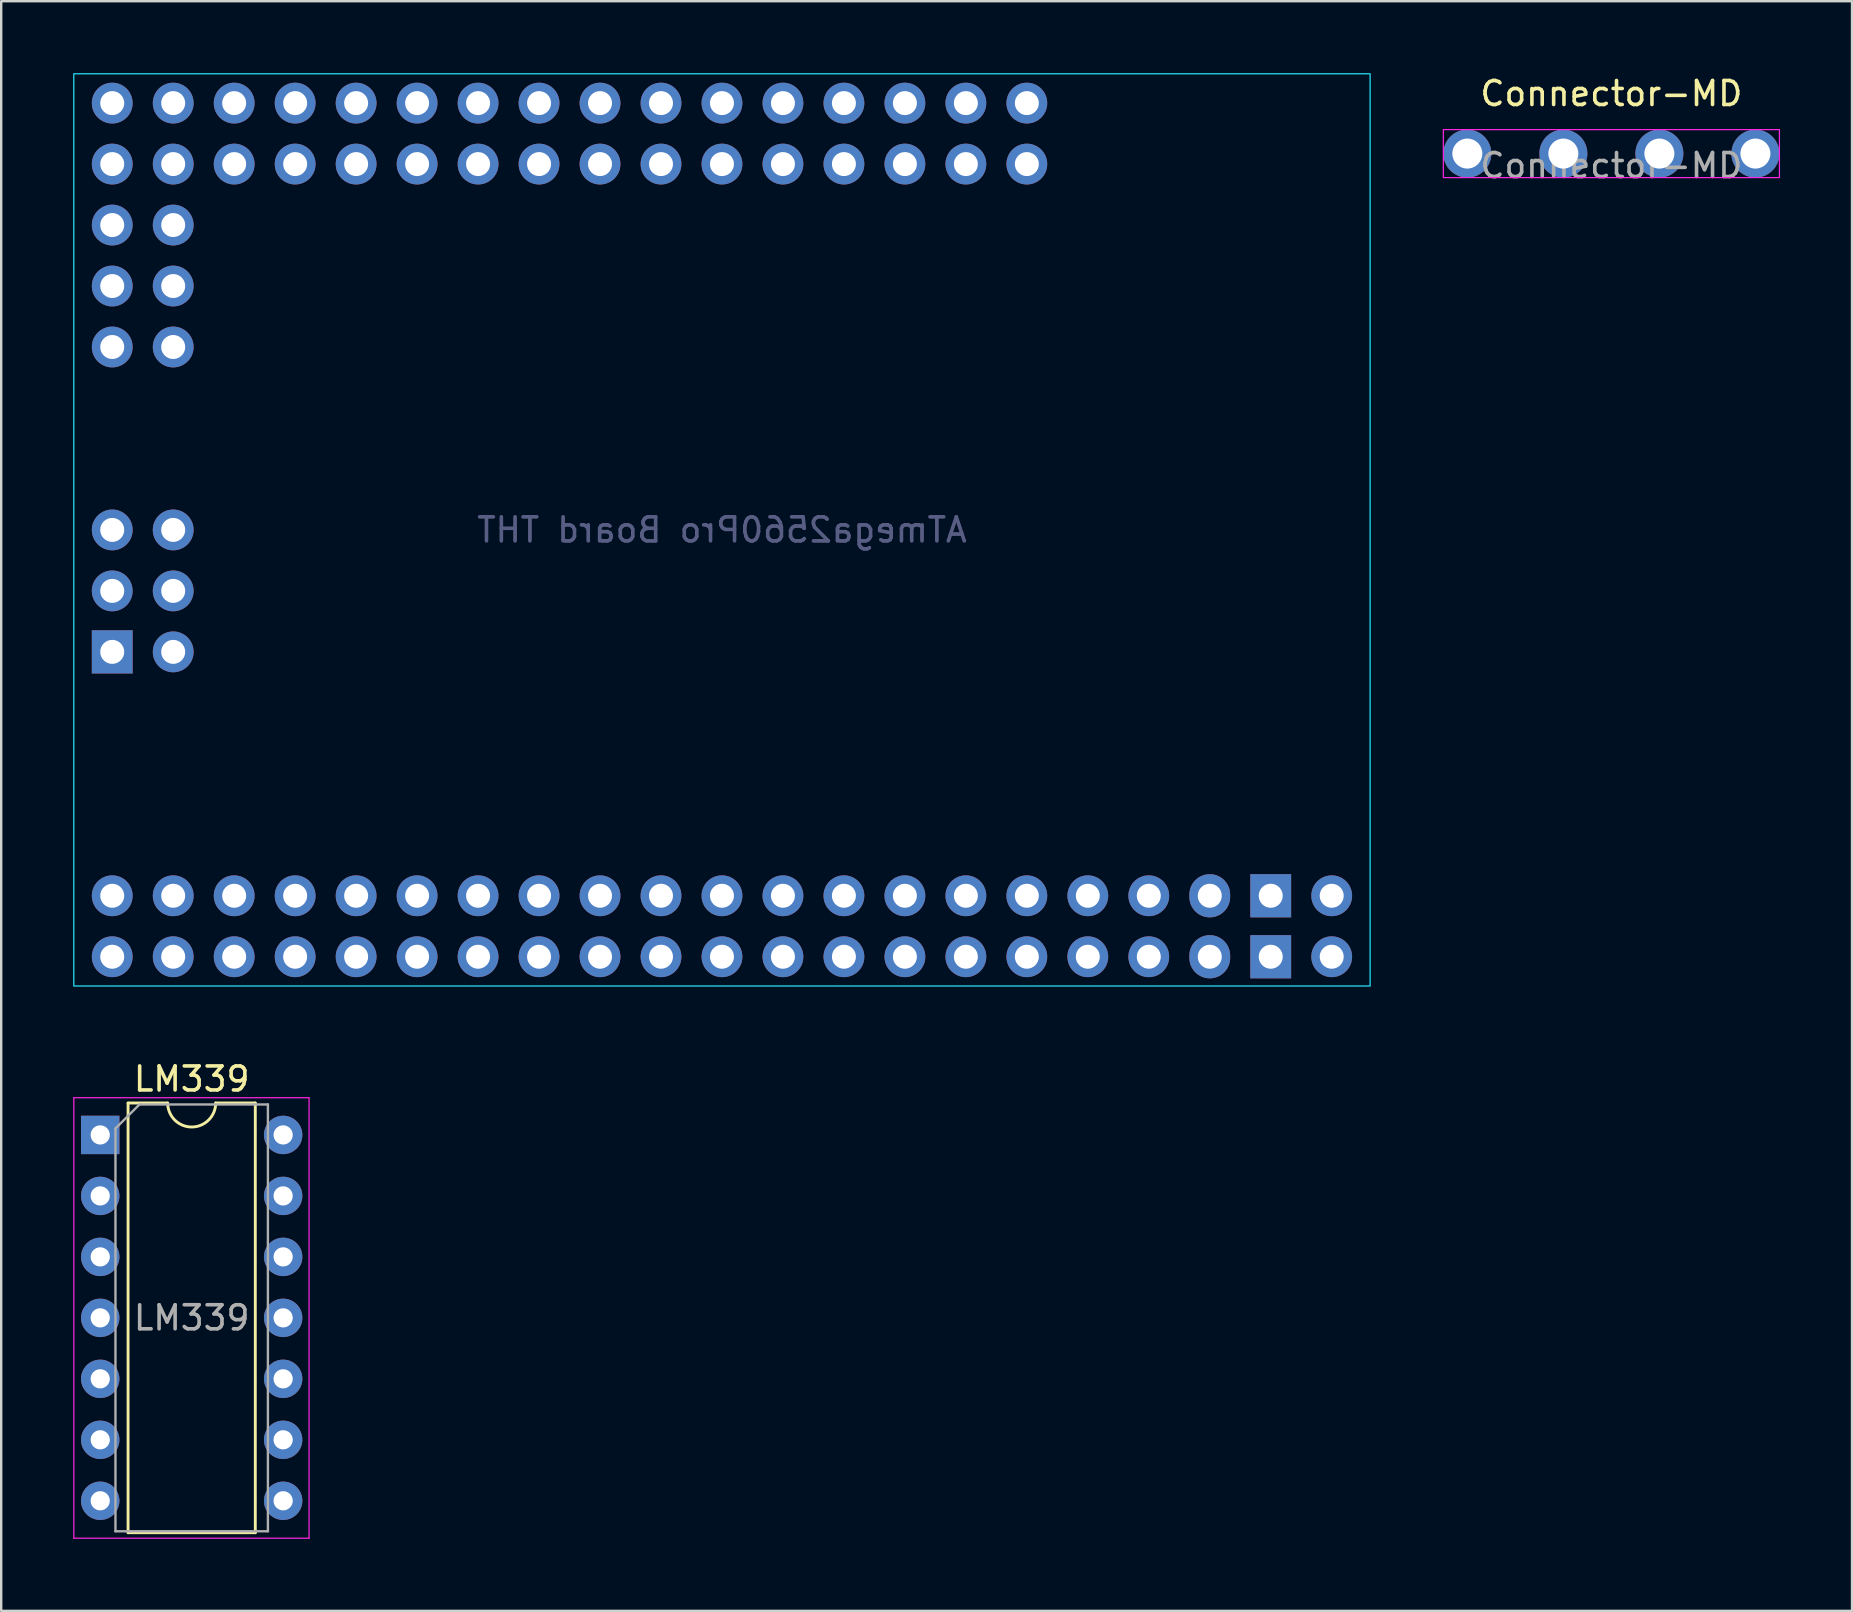
<source format=kicad_pcb>
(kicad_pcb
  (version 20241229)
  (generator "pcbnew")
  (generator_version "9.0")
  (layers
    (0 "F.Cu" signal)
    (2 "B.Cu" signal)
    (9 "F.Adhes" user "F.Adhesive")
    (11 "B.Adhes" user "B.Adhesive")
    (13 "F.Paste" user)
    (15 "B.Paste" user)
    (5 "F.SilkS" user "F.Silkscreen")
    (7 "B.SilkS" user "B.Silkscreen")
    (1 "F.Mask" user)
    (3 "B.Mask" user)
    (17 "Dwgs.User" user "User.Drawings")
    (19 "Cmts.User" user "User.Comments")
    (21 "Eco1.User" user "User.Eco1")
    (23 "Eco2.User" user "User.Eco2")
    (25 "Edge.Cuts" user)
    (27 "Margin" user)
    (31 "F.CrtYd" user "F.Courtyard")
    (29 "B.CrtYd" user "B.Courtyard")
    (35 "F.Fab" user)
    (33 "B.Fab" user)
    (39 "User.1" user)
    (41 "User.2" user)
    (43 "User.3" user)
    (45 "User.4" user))
  (footprint "ATmega2560Pro Board THT"
    (layer "F.Cu")
    (at 27.025 19.025)
    (property "Reference" "ATmega2560Pro Board THT" (at 0 0 0) (unlocked yes) (layer "B.SilkS") (effects (font (size 1 1) (thickness 0.1)) (justify mirror)))
    (attr through_hole)
    (fp_rect (start -27 -19) (end 27 19) (stroke (width 0.05) (type default)) (fill no) (layer "B.CrtYd"))
    (fp_text user "${REFERENCE}" (at 0 0 0) (unlocked yes) (layer "B.Fab") (effects (font (size 1 1) (thickness 0.15)) (justify mirror)))
    (pad "3V3" thru_hole circle (at 17.78 15.24 180) (size 1.7 1.7) (drill 1) (layers "*.Cu" "B.Mask" "B.Paste"))
    (pad "3V3" thru_hole circle (at 17.78 17.78 180) (size 1.7 1.7) (drill 1) (layers "*.Cu" "B.Mask" "B.Paste"))
    (pad "5V" thru_hole circle (at -25.4 0 180) (size 1.7 1.7) (drill 1) (layers "*.Cu" "B.Mask" "B.Paste"))
    (pad "5V" thru_hole oval (at 20.32 15.24 180) (size 1.7 1.8) (drill 1) (layers "*.Cu" "B.Mask" "B.Paste"))
    (pad "5V" thru_hole oval (at 20.32 17.78 180) (size 1.7 1.8) (drill 1) (layers "*.Cu" "B.Mask" "B.Paste"))
    (pad "A0" thru_hole circle (at 12.7 -17.78 180) (size 1.7 1.7) (drill 1) (layers "*.Cu" "B.Mask" "B.Paste"))
    (pad "A1" thru_hole circle (at 12.7 -15.24 180) (size 1.7 1.7) (drill 1) (layers "*.Cu" "B.Mask" "B.Paste"))
    (pad "A2" thru_hole circle (at 10.16 -17.78 180) (size 1.7 1.7) (drill 1) (layers "*.Cu" "B.Mask" "B.Paste"))
    (pad "A3" thru_hole circle (at 10.16 -15.24 180) (size 1.7 1.7) (drill 1) (layers "*.Cu" "B.Mask" "B.Paste"))
    (pad "A4" thru_hole circle (at 7.62 -17.78 180) (size 1.7 1.7) (drill 1) (layers "*.Cu" "B.Mask" "B.Paste"))
    (pad "A5" thru_hole circle (at 7.62 -15.24 180) (size 1.7 1.7) (drill 1) (layers "*.Cu" "B.Mask" "B.Paste"))
    (pad "A6" thru_hole circle (at 5.08 -17.78 180) (size 1.7 1.7) (drill 1) (layers "*.Cu" "B.Mask" "B.Paste"))
    (pad "A7" thru_hole circle (at 5.08 -15.24 180) (size 1.7 1.7) (drill 1) (layers "*.Cu" "B.Mask" "B.Paste"))
    (pad "A8" thru_hole circle (at 2.54 -17.78 180) (size 1.7 1.7) (drill 1) (layers "*.Cu" "B.Mask" "B.Paste"))
    (pad "A9" thru_hole circle (at 2.54 -15.24 180) (size 1.7 1.7) (drill 1) (layers "*.Cu" "B.Mask" "B.Paste"))
    (pad "A10" thru_hole circle (at 0 -17.78 180) (size 1.7 1.7) (drill 1) (layers "*.Cu" "B.Mask" "B.Paste"))
    (pad "A11" thru_hole circle (at 0 -15.24 180) (size 1.7 1.7) (drill 1) (layers "*.Cu" "B.Mask" "B.Paste"))
    (pad "A12" thru_hole circle (at -2.54 -17.78 180) (size 1.7 1.7) (drill 1) (layers "*.Cu" "B.Mask" "B.Paste"))
    (pad "A13" thru_hole circle (at -2.54 -15.24 180) (size 1.7 1.7) (drill 1) (layers "*.Cu" "B.Mask" "B.Paste"))
    (pad "A14" thru_hole circle (at -5.08 -17.78 180) (size 1.7 1.7) (drill 1) (layers "*.Cu" "B.Mask" "B.Paste"))
    (pad "A15" thru_hole circle (at -5.08 -15.24 180) (size 1.7 1.7) (drill 1) (layers "*.Cu" "B.Mask" "B.Paste"))
    (pad "AREF" thru_hole circle (at 15.24 15.24 180) (size 1.7 1.7) (drill 1) (layers "*.Cu" "B.Mask" "B.Paste"))
    (pad "D2" thru_hole circle (at 10.16 15.24 180) (size 1.7 1.7) (drill 1) (layers "*.Cu" "B.Mask" "B.Paste"))
    (pad "D3" thru_hole circle (at 10.16 17.78 180) (size 1.7 1.7) (drill 1) (layers "*.Cu" "B.Mask" "B.Paste"))
    (pad "D4" thru_hole circle (at 7.62 15.24 180) (size 1.7 1.7) (drill 1) (layers "*.Cu" "B.Mask" "B.Paste"))
    (pad "D5" thru_hole circle (at 7.62 17.78 180) (size 1.7 1.7) (drill 1) (layers "*.Cu" "B.Mask" "B.Paste"))
    (pad "D6" thru_hole circle (at 5.08 15.24 180) (size 1.7 1.7) (drill 1) (layers "*.Cu" "B.Mask" "B.Paste"))
    (pad "D7" thru_hole circle (at 5.08 17.78 180) (size 1.7 1.7) (drill 1) (layers "*.Cu" "B.Mask" "B.Paste"))
    (pad "D8" thru_hole circle (at 2.54 15.24 180) (size 1.7 1.7) (drill 1) (layers "*.Cu" "B.Mask" "B.Paste"))
    (pad "D9" thru_hole circle (at 2.54 17.78 180) (size 1.7 1.7) (drill 1) (layers "*.Cu" "B.Mask" "B.Paste"))
    (pad "D10" thru_hole circle (at 0 15.24 180) (size 1.7 1.7) (drill 1) (layers "*.Cu" "B.Mask" "B.Paste"))
    (pad "D11" thru_hole circle (at 0 17.78 180) (size 1.7 1.7) (drill 1) (layers "*.Cu" "B.Mask" "B.Paste"))
    (pad "D12" thru_hole circle (at -2.54 15.24 180) (size 1.7 1.7) (drill 1) (layers "*.Cu" "B.Mask" "B.Paste"))
    (pad "D13" thru_hole circle (at -2.54 17.78 180) (size 1.7 1.7) (drill 1) (layers "*.Cu" "B.Mask" "B.Paste"))
    (pad "D14" thru_hole circle (at -5.08 15.24 180) (size 1.7 1.7) (drill 1) (layers "*.Cu" "B.Mask" "B.Paste"))
    (pad "D15" thru_hole circle (at -5.08 17.78 180) (size 1.7 1.7) (drill 1) (layers "*.Cu" "B.Mask" "B.Paste"))
    (pad "D16" thru_hole circle (at -7.62 15.24 180) (size 1.7 1.7) (drill 1) (layers "*.Cu" "B.Mask" "B.Paste"))
    (pad "D17" thru_hole circle (at -7.62 17.78 180) (size 1.7 1.7) (drill 1) (layers "*.Cu" "B.Mask" "B.Paste"))
    (pad "D18" thru_hole circle (at -10.16 15.24 180) (size 1.7 1.7) (drill 1) (layers "*.Cu" "B.Mask" "B.Paste"))
    (pad "D19" thru_hole circle (at -10.16 17.78 180) (size 1.7 1.7) (drill 1) (layers "*.Cu" "B.Mask" "B.Paste"))
    (pad "D20" thru_hole circle (at -12.7 15.24 180) (size 1.7 1.7) (drill 1) (layers "*.Cu" "B.Mask" "B.Paste"))
    (pad "D21" thru_hole circle (at -12.7 17.78 180) (size 1.7 1.7) (drill 1) (layers "*.Cu" "B.Mask" "B.Paste"))
    (pad "D22" thru_hole circle (at -15.24 15.24 180) (size 1.7 1.7) (drill 1) (layers "*.Cu" "B.Mask" "B.Paste"))
    (pad "D23" thru_hole circle (at -15.24 17.78 180) (size 1.7 1.7) (drill 1) (layers "*.Cu" "B.Mask" "B.Paste"))
    (pad "D24" thru_hole circle (at -17.78 15.24 180) (size 1.7 1.7) (drill 1) (layers "*.Cu" "B.Mask" "B.Paste"))
    (pad "D25" thru_hole circle (at -17.78 17.78 180) (size 1.7 1.7) (drill 1) (layers "*.Cu" "B.Mask" "B.Paste"))
    (pad "D26" thru_hole circle (at -20.32 15.24 180) (size 1.7 1.7) (drill 1) (layers "*.Cu" "B.Mask" "B.Paste"))
    (pad "D27" thru_hole circle (at -20.32 17.78 180) (size 1.7 1.7) (drill 1) (layers "*.Cu" "B.Mask" "B.Paste"))
    (pad "D28" thru_hole circle (at -22.86 15.24 180) (size 1.7 1.7) (drill 1) (layers "*.Cu" "B.Mask" "B.Paste"))
    (pad "D29" thru_hole circle (at -22.86 17.78 180) (size 1.7 1.7) (drill 1) (layers "*.Cu" "B.Mask" "B.Paste"))
    (pad "D30" thru_hole circle (at -25.4 15.24 180) (size 1.7 1.7) (drill 1) (layers "*.Cu" "B.Mask" "B.Paste"))
    (pad "D31" thru_hole circle (at -25.4 17.78 180) (size 1.7 1.7) (drill 1) (layers "*.Cu" "B.Mask" "B.Paste"))
    (pad "D32" thru_hole circle (at -7.62 -17.78 180) (size 1.7 1.7) (drill 1) (layers "*.Cu" "B.Mask" "B.Paste"))
    (pad "D33" thru_hole circle (at -7.62 -15.24 180) (size 1.7 1.7) (drill 1) (layers "*.Cu" "B.Mask" "B.Paste"))
    (pad "D34" thru_hole circle (at -10.16 -17.78 180) (size 1.7 1.7) (drill 1) (layers "*.Cu" "B.Mask" "B.Paste"))
    (pad "D35" thru_hole circle (at -10.16 -15.24 180) (size 1.7 1.7) (drill 1) (layers "*.Cu" "B.Mask" "B.Paste"))
    (pad "D36" thru_hole circle (at -12.7 -17.78 180) (size 1.7 1.7) (drill 1) (layers "*.Cu" "B.Mask" "B.Paste"))
    (pad "D37" thru_hole circle (at -12.7 -15.24 180) (size 1.7 1.7) (drill 1) (layers "*.Cu" "B.Mask" "B.Paste"))
    (pad "D38" thru_hole circle (at -15.24 -17.78 180) (size 1.7 1.7) (drill 1) (layers "*.Cu" "B.Mask" "B.Paste"))
    (pad "D39" thru_hole circle (at -15.24 -15.24 180) (size 1.7 1.7) (drill 1) (layers "*.Cu" "B.Mask" "B.Paste"))
    (pad "D40" thru_hole circle (at -17.78 -17.78 180) (size 1.7 1.7) (drill 1) (layers "*.Cu" "B.Mask" "B.Paste"))
    (pad "D41" thru_hole circle (at -17.78 -15.24 180) (size 1.7 1.7) (drill 1) (layers "*.Cu" "B.Mask" "B.Paste"))
    (pad "D42" thru_hole circle (at -20.32 -17.78 180) (size 1.7 1.7) (drill 1) (layers "*.Cu" "B.Mask" "B.Paste"))
    (pad "D43" thru_hole circle (at -20.32 -15.24 180) (size 1.7 1.7) (drill 1) (layers "*.Cu" "B.Mask" "B.Paste"))
    (pad "D44" thru_hole circle (at -22.86 -17.78 180) (size 1.7 1.7) (drill 1) (layers "*.Cu" "B.Mask" "B.Paste"))
    (pad "D45" thru_hole circle (at -22.86 -15.24 180) (size 1.7 1.7) (drill 1) (layers "*.Cu" "B.Mask" "B.Paste"))
    (pad "D46" thru_hole circle (at -25.4 -17.78 180) (size 1.7 1.7) (drill 1) (layers "*.Cu" "B.Mask" "B.Paste"))
    (pad "D47" thru_hole circle (at -25.4 -15.24 180) (size 1.7 1.7) (drill 1) (layers "*.Cu" "B.Mask" "B.Paste"))
    (pad "D48" thru_hole circle (at -25.4 -12.7 180) (size 1.7 1.7) (drill 1) (layers "*.Cu" "B.Mask" "B.Paste"))
    (pad "D49" thru_hole circle (at -22.86 -12.7 180) (size 1.7 1.7) (drill 1) (layers "*.Cu" "B.Mask" "B.Paste"))
    (pad "D50" thru_hole circle (at -25.4 -10.16 180) (size 1.7 1.7) (drill 1) (layers "*.Cu" "B.Mask" "B.Paste"))
    (pad "D51" thru_hole circle (at -22.86 -10.16 180) (size 1.7 1.7) (drill 1) (layers "*.Cu" "B.Mask" "B.Paste"))
    (pad "D52" thru_hole circle (at -25.4 -7.62 180) (size 1.7 1.7) (drill 1) (layers "*.Cu" "B.Mask" "B.Paste"))
    (pad "D53" thru_hole circle (at -22.86 -7.62 180) (size 1.7 1.7) (drill 1) (layers "*.Cu" "B.Mask" "B.Paste"))
    (pad "GND" thru_hole rect (at -25.4 5.08 180) (size 1.7 1.8) (drill 1) (layers "*.Cu" "B.Mask" "B.Paste"))
    (pad "GND" thru_hole rect (at 22.86 15.24 180) (size 1.7 1.8) (drill 1) (layers "*.Cu" "B.Mask" "B.Paste"))
    (pad "GND" thru_hole rect (at 22.86 17.78 180) (size 1.7 1.8) (drill 1) (layers "*.Cu" "B.Mask" "B.Paste"))
    (pad "MISO" thru_hole circle (at -22.86 0 180) (size 1.7 1.7) (drill 1) (layers "*.Cu" "B.Mask" "B.Paste"))
    (pad "MOSI" thru_hole circle (at -25.4 2.54 180) (size 1.7 1.7) (drill 1) (layers "*.Cu" "B.Mask" "B.Paste"))
    (pad "RESET" thru_hole circle (at -22.86 5.08 180) (size 1.7 1.7) (drill 1) (layers "*.Cu" "B.Mask" "B.Paste"))
    (pad "RST" thru_hole circle (at 15.24 17.78 180) (size 1.7 1.7) (drill 1) (layers "*.Cu" "B.Mask" "B.Paste"))
    (pad "RX" thru_hole circle (at 12.7 15.24 180) (size 1.7 1.7) (drill 1) (layers "*.Cu" "B.Mask" "B.Paste"))
    (pad "SCK" thru_hole circle (at -22.86 2.54 180) (size 1.7 1.7) (drill 1) (layers "*.Cu" "B.Mask" "B.Paste"))
    (pad "TX" thru_hole circle (at 12.7 17.78 180) (size 1.7 1.7) (drill 1) (layers "*.Cu" "B.Mask" "B.Paste"))
    (pad "VIN" thru_hole circle (at 25.4 15.24 180) (size 1.7 1.7) (drill 1) (layers "*.Cu" "B.Mask" "B.Paste"))
    (pad "VIN" thru_hole circle (at 25.4 17.78 180) (size 1.7 1.7) (drill 1) (layers "*.Cu" "B.Mask" "B.Paste")))
  (footprint "LM339"
    (layer "F.Cu")
    (at 4.925 51.848)
    (property "Reference" "LM339" (at 0.01 -9.95 0) (layer "F.SilkS") (effects (font (size 1 1) (thickness 0.15))))
    (attr through_hole)
    (fp_line (start -2.64 -8.95) (end -2.64 8.95) (stroke (width 0.12) (type solid)) (layer "F.SilkS"))
    (fp_line (start -2.64 8.95) (end 2.66 8.95) (stroke (width 0.12) (type solid)) (layer "F.SilkS"))
    (fp_line (start -0.99 -8.95) (end -2.64 -8.95) (stroke (width 0.12) (type solid)) (layer "F.SilkS"))
    (fp_line (start 2.66 -8.95) (end 1.01 -8.95) (stroke (width 0.12) (type solid)) (layer "F.SilkS"))
    (fp_line (start 2.66 8.95) (end 2.66 -8.95) (stroke (width 0.12) (type solid)) (layer "F.SilkS"))
    (fp_arc (start 1.01 -8.95) (mid 0.01 -7.95) (end -0.99 -8.95) (stroke (width 0.12) (type solid)) (layer "F.SilkS"))
    (fp_line (start -4.9 -9.17) (end -4.9 9.18) (stroke (width 0.05) (type solid)) (layer "F.CrtYd"))
    (fp_line (start -4.9 9.18) (end 4.9 9.18) (stroke (width 0.05) (type solid)) (layer "F.CrtYd"))
    (fp_line (start 4.9 -9.17) (end -4.9 -9.17) (stroke (width 0.05) (type solid)) (layer "F.CrtYd"))
    (fp_line (start 4.9 9.18) (end 4.9 -9.17) (stroke (width 0.05) (type solid)) (layer "F.CrtYd"))
    (fp_line (start -3.165 -7.89) (end -2.165 -8.89) (stroke (width 0.1) (type solid)) (layer "F.Fab"))
    (fp_line (start -3.165 8.89) (end -3.165 -7.89) (stroke (width 0.1) (type solid)) (layer "F.Fab"))
    (fp_line (start -2.165 -8.89) (end 3.185 -8.89) (stroke (width 0.1) (type solid)) (layer "F.Fab"))
    (fp_line (start 3.185 -8.89) (end 3.185 8.89) (stroke (width 0.1) (type solid)) (layer "F.Fab"))
    (fp_line (start 3.185 8.89) (end -3.165 8.89) (stroke (width 0.1) (type solid)) (layer "F.Fab"))
    (fp_text user "${REFERENCE}" (at 0.01 0 0) (layer "F.Fab") (effects (font (size 1 1) (thickness 0.15))))
    (pad "1" thru_hole rect (at -3.8 -7.62) (size 1.6 1.6) (drill 0.8) (layers "*.Cu" "*.Mask"))
    (pad "2" thru_hole oval (at -3.8 -5.08) (size 1.6 1.6) (drill 0.8) (layers "*.Cu" "*.Mask"))
    (pad "3" thru_hole oval (at -3.8 -2.54) (size 1.6 1.6) (drill 0.8) (layers "*.Cu" "*.Mask"))
    (pad "4" thru_hole oval (at -3.8 0) (size 1.6 1.6) (drill 0.8) (layers "*.Cu" "*.Mask"))
    (pad "5" thru_hole oval (at -3.8 2.54) (size 1.6 1.6) (drill 0.8) (layers "*.Cu" "*.Mask"))
    (pad "6" thru_hole oval (at -3.8 5.08) (size 1.6 1.6) (drill 0.8) (layers "*.Cu" "*.Mask"))
    (pad "7" thru_hole oval (at -3.8 7.62) (size 1.6 1.6) (drill 0.8) (layers "*.Cu" "*.Mask"))
    (pad "8" thru_hole oval (at 3.82 7.62) (size 1.6 1.6) (drill 0.8) (layers "*.Cu" "*.Mask"))
    (pad "9" thru_hole oval (at 3.82 5.08) (size 1.6 1.6) (drill 0.8) (layers "*.Cu" "*.Mask"))
    (pad "10" thru_hole oval (at 3.82 2.54) (size 1.6 1.6) (drill 0.8) (layers "*.Cu" "*.Mask"))
    (pad "11" thru_hole oval (at 3.82 0) (size 1.6 1.6) (drill 0.8) (layers "*.Cu" "*.Mask"))
    (pad "12" thru_hole oval (at 3.82 -2.54) (size 1.6 1.6) (drill 0.8) (layers "*.Cu" "*.Mask"))
    (pad "13" thru_hole oval (at 3.82 -5.08) (size 1.6 1.6) (drill 0.8) (layers "*.Cu" "*.Mask"))
    (pad "14" thru_hole oval (at 3.82 -7.62) (size 1.6 1.6) (drill 0.8) (layers "*.Cu" "*.Mask")))
  (footprint "Connector-MD"
    (layer "F.Cu")
    (at 64.075 3.348)
    (property "Reference" "Connector-MD" (at 0 -2.5 0) (unlocked yes) (layer "F.SilkS") (effects (font (size 1 1) (thickness 0.15))))
    (attr through_hole)
    (fp_rect (start -7 -1) (end 7 1) (stroke (width 0.05) (type default)) (fill no) (layer "F.CrtYd"))
    (fp_text user "${REFERENCE}" (at 0 0.5 0) (unlocked yes) (layer "F.Fab") (effects (font (size 1 1) (thickness 0.15))))
    (pad "1" thru_hole circle (at -6 0) (size 2 2) (drill 1.25) (layers "*.Cu" "*.Mask"))
    (pad "2" thru_hole circle (at -2 0) (size 2 2) (drill 1.25) (layers "*.Cu" "*.Mask"))
    (pad "3" thru_hole circle (at 2 0) (size 2 2) (drill 1.25) (layers "*.Cu" "*.Mask"))
    (pad "4" thru_hole circle (at 6 0) (size 2 2) (drill 1.25) (layers "*.Cu" "*.Mask")))
  (gr_rect
    (start -3 -3)
    (end 74.1 64.053)
    (stroke (width 0.1) (type default))
    (fill no)
    (layer "Edge.Cuts")))
</source>
